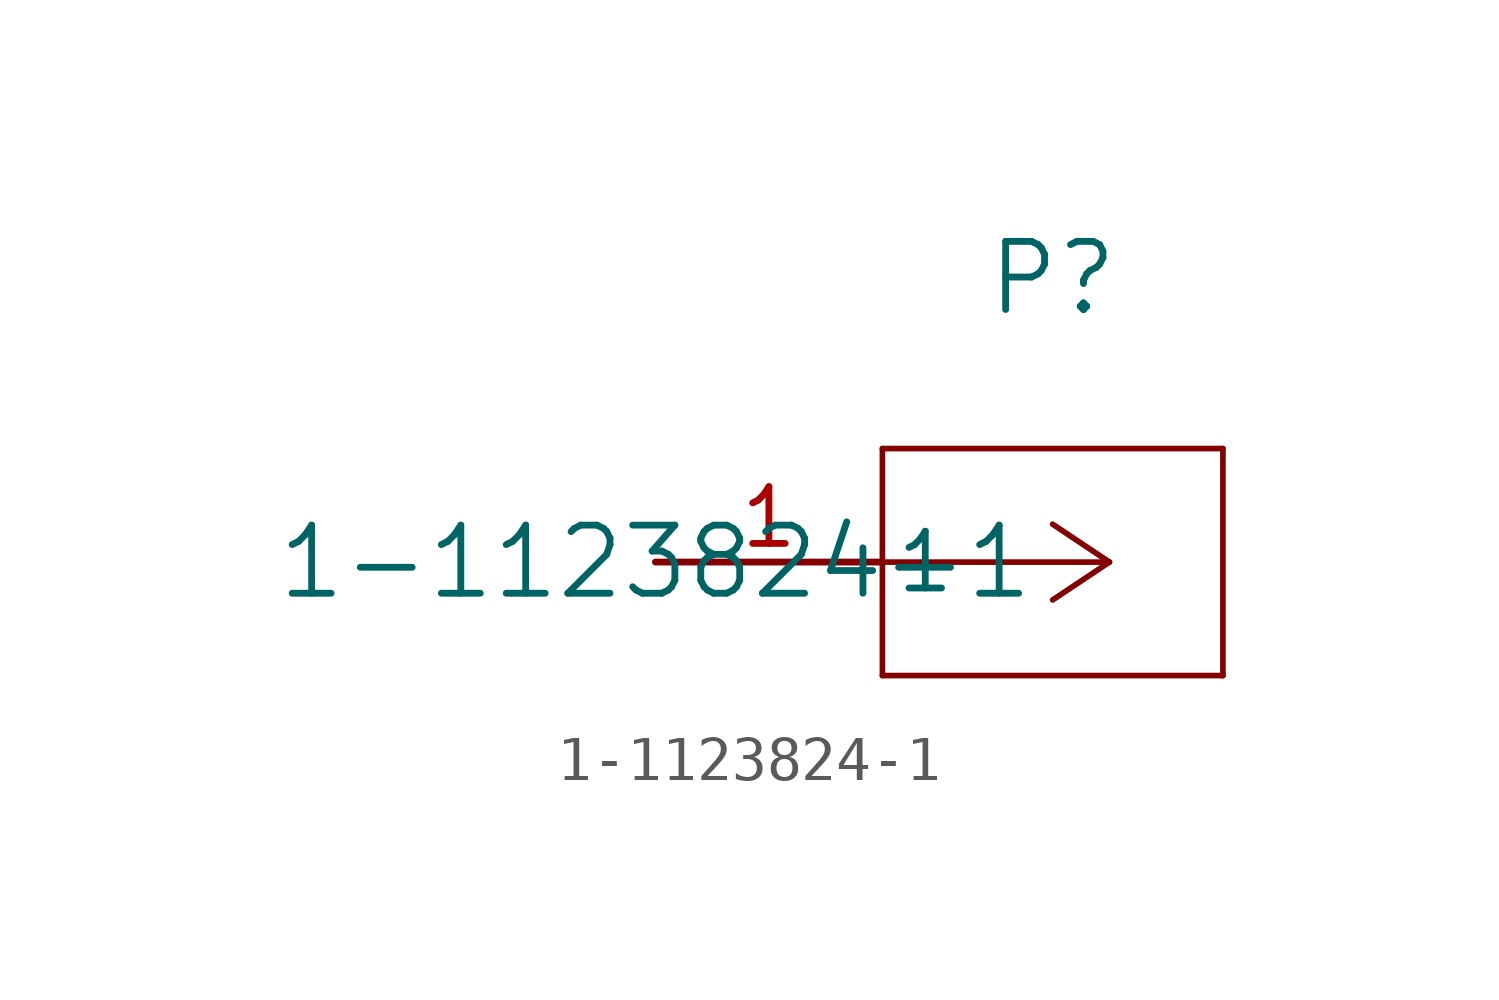
<source format=kicad_sym>
(kicad_symbol_lib
  (version 20231120)
  (generator "kicad_symbol_editor")
  (generator_version "8.0")
  (symbol "1-1123824-1"
    (pin_names
      (offset 0.254))
    (property "Reference" "P"
      (at 8.89 6.35 0)
      (effects (font (size 1.524 1.524))))
    (property "Value" "1-1123824-1"
      (at 0 0 0)
      (effects (font (size 1.524 1.524))))
    (symbol "1-1123824-1_0_1"
      (polyline (pts (xy 5.08 -2.54) (xy 12.7 -2.54)) (stroke (width 0.127) (type default)) (fill (type none)))
      (polyline (pts (xy 5.08 2.54) (xy 5.08 -2.54)) (stroke (width 0.127) (type default)) (fill (type none)))
      (polyline (pts (xy 10.16 0) (xy 5.08 0)) (stroke (width 0.127) (type default)) (fill (type none)))
      (polyline (pts (xy 10.16 0) (xy 8.89 -0.847)) (stroke (width 0.127) (type default)) (fill (type none)))
      (polyline (pts (xy 10.16 0) (xy 8.89 0.847)) (stroke (width 0.127) (type default)) (fill (type none)))
      (polyline (pts (xy 12.7 -2.54) (xy 12.7 2.54)) (stroke (width 0.127) (type default)) (fill (type none)))
      (polyline (pts (xy 12.7 2.54) (xy 5.08 2.54)) (stroke (width 0.127) (type default)) (fill (type none)))
      (pin unspecified line (at 0 0 0) (length 5.08) (name "1" (effects (font (size 1.27 1.27)))) (number "1" (effects (font (size 1.27 1.27))))))))
</source>
